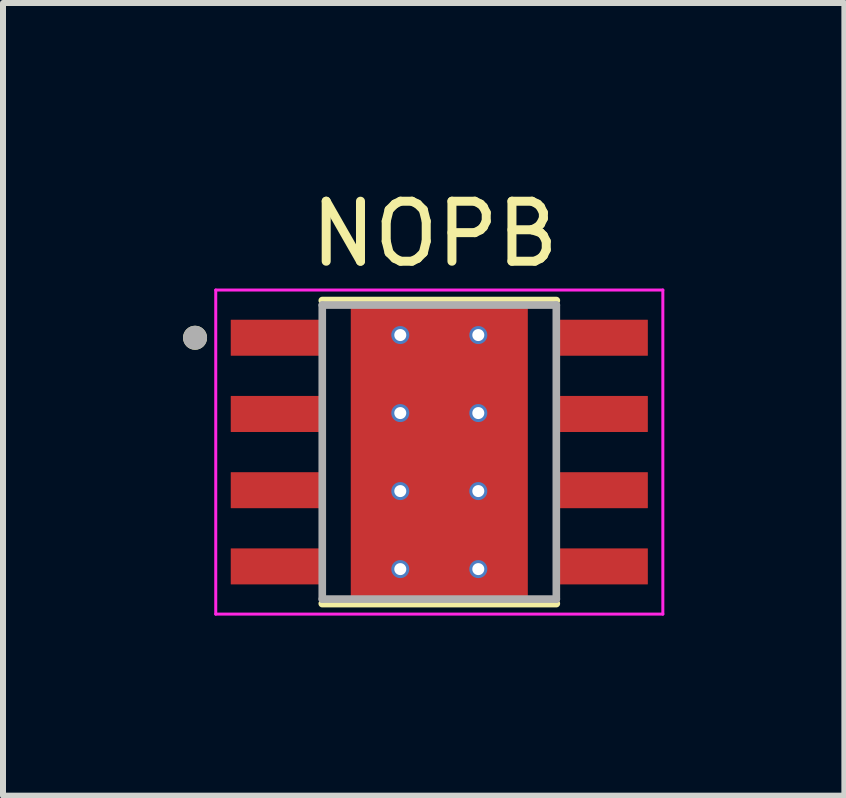
<source format=kicad_pcb>
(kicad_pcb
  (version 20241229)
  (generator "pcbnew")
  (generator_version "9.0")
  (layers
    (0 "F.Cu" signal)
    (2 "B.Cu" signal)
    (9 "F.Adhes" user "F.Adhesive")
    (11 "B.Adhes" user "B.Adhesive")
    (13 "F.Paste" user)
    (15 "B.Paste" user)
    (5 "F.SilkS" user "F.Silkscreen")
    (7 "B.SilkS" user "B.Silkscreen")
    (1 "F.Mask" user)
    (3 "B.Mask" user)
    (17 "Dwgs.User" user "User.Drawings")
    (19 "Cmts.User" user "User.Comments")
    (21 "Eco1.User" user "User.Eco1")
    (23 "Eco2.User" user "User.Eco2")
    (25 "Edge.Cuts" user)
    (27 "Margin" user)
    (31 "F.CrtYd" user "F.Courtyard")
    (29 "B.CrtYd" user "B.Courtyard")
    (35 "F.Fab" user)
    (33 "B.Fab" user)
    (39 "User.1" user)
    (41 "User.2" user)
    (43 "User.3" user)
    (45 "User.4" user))
  (footprint "NOPB"
    (layer "F.Cu")
    (at 4.27 4.483)
    (property "Reference" "NOPB" (at -0.075 -3.635 0) (layer "F.SilkS") (effects (font (size 1 1) (thickness 0.15))))
    (attr through_hole)
    (fp_poly (pts (xy -1.355 -1.7) (xy 1.355 -1.7) (xy 1.355 1.7) (xy -1.355 1.7)) (stroke (width 0.01) (type solid)) (fill yes) (layer "F.Mask"))
    (fp_poly (pts (xy -1.905 -1.535) (xy -3.495 -1.535) (xy -3.498 -1.535) (xy -3.5 -1.535) (xy -3.503 -1.536) (xy -3.505 -1.536) (xy -3.508 -1.537) (xy -3.51 -1.537) (xy -3.513 -1.538) (xy -3.515 -1.539) (xy -3.518 -1.54) (xy -3.52 -1.542) (xy -3.522 -1.543) (xy -3.524 -1.545) (xy -3.526 -1.546) (xy -3.528 -1.548) (xy -3.53 -1.55) (xy -3.532 -1.552) (xy -3.534 -1.554) (xy -3.535 -1.556) (xy -3.537 -1.558) (xy -3.538 -1.56) (xy -3.54 -1.562) (xy -3.541 -1.565) (xy -3.542 -1.567) (xy -3.543 -1.57) (xy -3.543 -1.572) (xy -3.544 -1.575) (xy -3.544 -1.577) (xy -3.545 -1.58) (xy -3.545 -1.582) (xy -3.545 -1.585) (xy -3.545 -2.225) (xy -3.545 -2.228) (xy -3.545 -2.23) (xy -3.544 -2.233) (xy -3.544 -2.235) (xy -3.543 -2.238) (xy -3.543 -2.24) (xy -3.542 -2.243) (xy -3.541 -2.245) (xy -3.54 -2.248) (xy -3.538 -2.25) (xy -3.537 -2.252) (xy -3.535 -2.254) (xy -3.534 -2.256) (xy -3.532 -2.258) (xy -3.53 -2.26) (xy -3.528 -2.262) (xy -3.526 -2.264) (xy -3.524 -2.265) (xy -3.522 -2.267) (xy -3.52 -2.268) (xy -3.518 -2.27) (xy -3.515 -2.271) (xy -3.513 -2.272) (xy -3.51 -2.273) (xy -3.508 -2.273) (xy -3.505 -2.274) (xy -3.503 -2.274) (xy -3.5 -2.275) (xy -3.498 -2.275) (xy -3.495 -2.275) (xy -1.905 -2.275) (xy -1.902 -2.275) (xy -1.9 -2.275) (xy -1.897 -2.274) (xy -1.895 -2.274) (xy -1.892 -2.273) (xy -1.89 -2.273) (xy -1.887 -2.272) (xy -1.885 -2.271) (xy -1.882 -2.27) (xy -1.88 -2.268) (xy -1.878 -2.267) (xy -1.876 -2.265) (xy -1.874 -2.264) (xy -1.872 -2.262) (xy -1.87 -2.26) (xy -1.868 -2.258) (xy -1.866 -2.256) (xy -1.865 -2.254) (xy -1.863 -2.252) (xy -1.862 -2.25) (xy -1.86 -2.248) (xy -1.859 -2.245) (xy -1.858 -2.243) (xy -1.857 -2.24) (xy -1.857 -2.238) (xy -1.856 -2.235) (xy -1.856 -2.233) (xy -1.855 -2.23) (xy -1.855 -2.228) (xy -1.855 -2.225) (xy -1.855 -1.585) (xy -1.855 -1.582) (xy -1.855 -1.58) (xy -1.856 -1.577) (xy -1.856 -1.575) (xy -1.857 -1.572) (xy -1.857 -1.57) (xy -1.858 -1.567) (xy -1.859 -1.565) (xy -1.86 -1.562) (xy -1.862 -1.56) (xy -1.863 -1.558) (xy -1.865 -1.556) (xy -1.866 -1.554) (xy -1.868 -1.552) (xy -1.87 -1.55) (xy -1.872 -1.548) (xy -1.874 -1.546) (xy -1.876 -1.545) (xy -1.878 -1.543) (xy -1.88 -1.542) (xy -1.882 -1.54) (xy -1.885 -1.539) (xy -1.887 -1.538) (xy -1.89 -1.537) (xy -1.892 -1.537) (xy -1.895 -1.536) (xy -1.897 -1.536) (xy -1.9 -1.535) (xy -1.902 -1.535) (xy -1.905 -1.535)) (stroke (width 0.01) (type solid)) (fill yes) (layer "F.Mask"))
    (fp_poly (pts (xy -1.905 -0.265) (xy -3.495 -0.265) (xy -3.498 -0.265) (xy -3.5 -0.265) (xy -3.503 -0.266) (xy -3.505 -0.266) (xy -3.508 -0.267) (xy -3.51 -0.267) (xy -3.513 -0.268) (xy -3.515 -0.269) (xy -3.518 -0.27) (xy -3.52 -0.272) (xy -3.522 -0.273) (xy -3.524 -0.275) (xy -3.526 -0.276) (xy -3.528 -0.278) (xy -3.53 -0.28) (xy -3.532 -0.282) (xy -3.534 -0.284) (xy -3.535 -0.286) (xy -3.537 -0.288) (xy -3.538 -0.29) (xy -3.54 -0.292) (xy -3.541 -0.295) (xy -3.542 -0.297) (xy -3.543 -0.3) (xy -3.543 -0.302) (xy -3.544 -0.305) (xy -3.544 -0.307) (xy -3.545 -0.31) (xy -3.545 -0.312) (xy -3.545 -0.315) (xy -3.545 -0.955) (xy -3.545 -0.958) (xy -3.545 -0.96) (xy -3.544 -0.963) (xy -3.544 -0.965) (xy -3.543 -0.968) (xy -3.543 -0.97) (xy -3.542 -0.973) (xy -3.541 -0.975) (xy -3.54 -0.978) (xy -3.538 -0.98) (xy -3.537 -0.982) (xy -3.535 -0.984) (xy -3.534 -0.986) (xy -3.532 -0.988) (xy -3.53 -0.99) (xy -3.528 -0.992) (xy -3.526 -0.994) (xy -3.524 -0.995) (xy -3.522 -0.997) (xy -3.52 -0.998) (xy -3.518 -1) (xy -3.515 -1.001) (xy -3.513 -1.002) (xy -3.51 -1.003) (xy -3.508 -1.003) (xy -3.505 -1.004) (xy -3.503 -1.004) (xy -3.5 -1.005) (xy -3.498 -1.005) (xy -3.495 -1.005) (xy -1.905 -1.005) (xy -1.902 -1.005) (xy -1.9 -1.005) (xy -1.897 -1.004) (xy -1.895 -1.004) (xy -1.892 -1.003) (xy -1.89 -1.003) (xy -1.887 -1.002) (xy -1.885 -1.001) (xy -1.882 -1) (xy -1.88 -0.998) (xy -1.878 -0.997) (xy -1.876 -0.995) (xy -1.874 -0.994) (xy -1.872 -0.992) (xy -1.87 -0.99) (xy -1.868 -0.988) (xy -1.866 -0.986) (xy -1.865 -0.984) (xy -1.863 -0.982) (xy -1.862 -0.98) (xy -1.86 -0.978) (xy -1.859 -0.975) (xy -1.858 -0.973) (xy -1.857 -0.97) (xy -1.857 -0.968) (xy -1.856 -0.965) (xy -1.856 -0.963) (xy -1.855 -0.96) (xy -1.855 -0.958) (xy -1.855 -0.955) (xy -1.855 -0.315) (xy -1.855 -0.312) (xy -1.855 -0.31) (xy -1.856 -0.307) (xy -1.856 -0.305) (xy -1.857 -0.302) (xy -1.857 -0.3) (xy -1.858 -0.297) (xy -1.859 -0.295) (xy -1.86 -0.292) (xy -1.862 -0.29) (xy -1.863 -0.288) (xy -1.865 -0.286) (xy -1.866 -0.284) (xy -1.868 -0.282) (xy -1.87 -0.28) (xy -1.872 -0.278) (xy -1.874 -0.276) (xy -1.876 -0.275) (xy -1.878 -0.273) (xy -1.88 -0.272) (xy -1.882 -0.27) (xy -1.885 -0.269) (xy -1.887 -0.268) (xy -1.89 -0.267) (xy -1.892 -0.267) (xy -1.895 -0.266) (xy -1.897 -0.266) (xy -1.9 -0.265) (xy -1.902 -0.265) (xy -1.905 -0.265)) (stroke (width 0.01) (type solid)) (fill yes) (layer "F.Mask"))
    (fp_poly (pts (xy -1.905 1.005) (xy -3.495 1.005) (xy -3.498 1.005) (xy -3.5 1.005) (xy -3.503 1.004) (xy -3.505 1.004) (xy -3.508 1.003) (xy -3.51 1.003) (xy -3.513 1.002) (xy -3.515 1.001) (xy -3.518 1) (xy -3.52 0.998) (xy -3.522 0.997) (xy -3.524 0.995) (xy -3.526 0.994) (xy -3.528 0.992) (xy -3.53 0.99) (xy -3.532 0.988) (xy -3.534 0.986) (xy -3.535 0.984) (xy -3.537 0.982) (xy -3.538 0.98) (xy -3.54 0.978) (xy -3.541 0.975) (xy -3.542 0.973) (xy -3.543 0.97) (xy -3.543 0.968) (xy -3.544 0.965) (xy -3.544 0.963) (xy -3.545 0.96) (xy -3.545 0.958) (xy -3.545 0.955) (xy -3.545 0.315) (xy -3.545 0.312) (xy -3.545 0.31) (xy -3.544 0.307) (xy -3.544 0.305) (xy -3.543 0.302) (xy -3.543 0.3) (xy -3.542 0.297) (xy -3.541 0.295) (xy -3.54 0.292) (xy -3.538 0.29) (xy -3.537 0.288) (xy -3.535 0.286) (xy -3.534 0.284) (xy -3.532 0.282) (xy -3.53 0.28) (xy -3.528 0.278) (xy -3.526 0.276) (xy -3.524 0.275) (xy -3.522 0.273) (xy -3.52 0.272) (xy -3.518 0.27) (xy -3.515 0.269) (xy -3.513 0.268) (xy -3.51 0.267) (xy -3.508 0.267) (xy -3.505 0.266) (xy -3.503 0.266) (xy -3.5 0.265) (xy -3.498 0.265) (xy -3.495 0.265) (xy -1.905 0.265) (xy -1.902 0.265) (xy -1.9 0.265) (xy -1.897 0.266) (xy -1.895 0.266) (xy -1.892 0.267) (xy -1.89 0.267) (xy -1.887 0.268) (xy -1.885 0.269) (xy -1.882 0.27) (xy -1.88 0.272) (xy -1.878 0.273) (xy -1.876 0.275) (xy -1.874 0.276) (xy -1.872 0.278) (xy -1.87 0.28) (xy -1.868 0.282) (xy -1.866 0.284) (xy -1.865 0.286) (xy -1.863 0.288) (xy -1.862 0.29) (xy -1.86 0.292) (xy -1.859 0.295) (xy -1.858 0.297) (xy -1.857 0.3) (xy -1.857 0.302) (xy -1.856 0.305) (xy -1.856 0.307) (xy -1.855 0.31) (xy -1.855 0.312) (xy -1.855 0.315) (xy -1.855 0.955) (xy -1.855 0.958) (xy -1.855 0.96) (xy -1.856 0.963) (xy -1.856 0.965) (xy -1.857 0.968) (xy -1.857 0.97) (xy -1.858 0.973) (xy -1.859 0.975) (xy -1.86 0.978) (xy -1.862 0.98) (xy -1.863 0.982) (xy -1.865 0.984) (xy -1.866 0.986) (xy -1.868 0.988) (xy -1.87 0.99) (xy -1.872 0.992) (xy -1.874 0.994) (xy -1.876 0.995) (xy -1.878 0.997) (xy -1.88 0.998) (xy -1.882 1) (xy -1.885 1.001) (xy -1.887 1.002) (xy -1.89 1.003) (xy -1.892 1.003) (xy -1.895 1.004) (xy -1.897 1.004) (xy -1.9 1.005) (xy -1.902 1.005) (xy -1.905 1.005)) (stroke (width 0.01) (type solid)) (fill yes) (layer "F.Mask"))
    (fp_poly (pts (xy -1.905 2.275) (xy -3.495 2.275) (xy -3.498 2.275) (xy -3.5 2.275) (xy -3.503 2.274) (xy -3.505 2.274) (xy -3.508 2.273) (xy -3.51 2.273) (xy -3.513 2.272) (xy -3.515 2.271) (xy -3.518 2.27) (xy -3.52 2.268) (xy -3.522 2.267) (xy -3.524 2.265) (xy -3.526 2.264) (xy -3.528 2.262) (xy -3.53 2.26) (xy -3.532 2.258) (xy -3.534 2.256) (xy -3.535 2.254) (xy -3.537 2.252) (xy -3.538 2.25) (xy -3.54 2.248) (xy -3.541 2.245) (xy -3.542 2.243) (xy -3.543 2.24) (xy -3.543 2.238) (xy -3.544 2.235) (xy -3.544 2.233) (xy -3.545 2.23) (xy -3.545 2.228) (xy -3.545 2.225) (xy -3.545 1.585) (xy -3.545 1.582) (xy -3.545 1.58) (xy -3.544 1.577) (xy -3.544 1.575) (xy -3.543 1.572) (xy -3.543 1.57) (xy -3.542 1.567) (xy -3.541 1.565) (xy -3.54 1.562) (xy -3.538 1.56) (xy -3.537 1.558) (xy -3.535 1.556) (xy -3.534 1.554) (xy -3.532 1.552) (xy -3.53 1.55) (xy -3.528 1.548) (xy -3.526 1.546) (xy -3.524 1.545) (xy -3.522 1.543) (xy -3.52 1.542) (xy -3.518 1.54) (xy -3.515 1.539) (xy -3.513 1.538) (xy -3.51 1.537) (xy -3.508 1.537) (xy -3.505 1.536) (xy -3.503 1.536) (xy -3.5 1.535) (xy -3.498 1.535) (xy -3.495 1.535) (xy -1.905 1.535) (xy -1.902 1.535) (xy -1.9 1.535) (xy -1.897 1.536) (xy -1.895 1.536) (xy -1.892 1.537) (xy -1.89 1.537) (xy -1.887 1.538) (xy -1.885 1.539) (xy -1.882 1.54) (xy -1.88 1.542) (xy -1.878 1.543) (xy -1.876 1.545) (xy -1.874 1.546) (xy -1.872 1.548) (xy -1.87 1.55) (xy -1.868 1.552) (xy -1.866 1.554) (xy -1.865 1.556) (xy -1.863 1.558) (xy -1.862 1.56) (xy -1.86 1.562) (xy -1.859 1.565) (xy -1.858 1.567) (xy -1.857 1.57) (xy -1.857 1.572) (xy -1.856 1.575) (xy -1.856 1.577) (xy -1.855 1.58) (xy -1.855 1.582) (xy -1.855 1.585) (xy -1.855 2.225) (xy -1.855 2.228) (xy -1.855 2.23) (xy -1.856 2.233) (xy -1.856 2.235) (xy -1.857 2.238) (xy -1.857 2.24) (xy -1.858 2.243) (xy -1.859 2.245) (xy -1.86 2.248) (xy -1.862 2.25) (xy -1.863 2.252) (xy -1.865 2.254) (xy -1.866 2.256) (xy -1.868 2.258) (xy -1.87 2.26) (xy -1.872 2.262) (xy -1.874 2.264) (xy -1.876 2.265) (xy -1.878 2.267) (xy -1.88 2.268) (xy -1.882 2.27) (xy -1.885 2.271) (xy -1.887 2.272) (xy -1.89 2.273) (xy -1.892 2.273) (xy -1.895 2.274) (xy -1.897 2.274) (xy -1.9 2.275) (xy -1.902 2.275) (xy -1.905 2.275)) (stroke (width 0.01) (type solid)) (fill yes) (layer "F.Mask"))
    (fp_poly (pts (xy 3.495 -1.535) (xy 1.905 -1.535) (xy 1.902 -1.535) (xy 1.9 -1.535) (xy 1.897 -1.536) (xy 1.895 -1.536) (xy 1.892 -1.537) (xy 1.89 -1.537) (xy 1.887 -1.538) (xy 1.885 -1.539) (xy 1.882 -1.54) (xy 1.88 -1.542) (xy 1.878 -1.543) (xy 1.876 -1.545) (xy 1.874 -1.546) (xy 1.872 -1.548) (xy 1.87 -1.55) (xy 1.868 -1.552) (xy 1.866 -1.554) (xy 1.865 -1.556) (xy 1.863 -1.558) (xy 1.862 -1.56) (xy 1.86 -1.562) (xy 1.859 -1.565) (xy 1.858 -1.567) (xy 1.857 -1.57) (xy 1.857 -1.572) (xy 1.856 -1.575) (xy 1.856 -1.577) (xy 1.855 -1.58) (xy 1.855 -1.582) (xy 1.855 -1.585) (xy 1.855 -2.225) (xy 1.855 -2.228) (xy 1.855 -2.23) (xy 1.856 -2.233) (xy 1.856 -2.235) (xy 1.857 -2.238) (xy 1.857 -2.24) (xy 1.858 -2.243) (xy 1.859 -2.245) (xy 1.86 -2.248) (xy 1.862 -2.25) (xy 1.863 -2.252) (xy 1.865 -2.254) (xy 1.866 -2.256) (xy 1.868 -2.258) (xy 1.87 -2.26) (xy 1.872 -2.262) (xy 1.874 -2.264) (xy 1.876 -2.265) (xy 1.878 -2.267) (xy 1.88 -2.268) (xy 1.882 -2.27) (xy 1.885 -2.271) (xy 1.887 -2.272) (xy 1.89 -2.273) (xy 1.892 -2.273) (xy 1.895 -2.274) (xy 1.897 -2.274) (xy 1.9 -2.275) (xy 1.902 -2.275) (xy 1.905 -2.275) (xy 3.495 -2.275) (xy 3.498 -2.275) (xy 3.5 -2.275) (xy 3.503 -2.274) (xy 3.505 -2.274) (xy 3.508 -2.273) (xy 3.51 -2.273) (xy 3.513 -2.272) (xy 3.515 -2.271) (xy 3.518 -2.27) (xy 3.52 -2.268) (xy 3.522 -2.267) (xy 3.524 -2.265) (xy 3.526 -2.264) (xy 3.528 -2.262) (xy 3.53 -2.26) (xy 3.532 -2.258) (xy 3.534 -2.256) (xy 3.535 -2.254) (xy 3.537 -2.252) (xy 3.538 -2.25) (xy 3.54 -2.248) (xy 3.541 -2.245) (xy 3.542 -2.243) (xy 3.543 -2.24) (xy 3.543 -2.238) (xy 3.544 -2.235) (xy 3.544 -2.233) (xy 3.545 -2.23) (xy 3.545 -2.228) (xy 3.545 -2.225) (xy 3.545 -1.585) (xy 3.545 -1.582) (xy 3.545 -1.58) (xy 3.544 -1.577) (xy 3.544 -1.575) (xy 3.543 -1.572) (xy 3.543 -1.57) (xy 3.542 -1.567) (xy 3.541 -1.565) (xy 3.54 -1.562) (xy 3.538 -1.56) (xy 3.537 -1.558) (xy 3.535 -1.556) (xy 3.534 -1.554) (xy 3.532 -1.552) (xy 3.53 -1.55) (xy 3.528 -1.548) (xy 3.526 -1.546) (xy 3.524 -1.545) (xy 3.522 -1.543) (xy 3.52 -1.542) (xy 3.518 -1.54) (xy 3.515 -1.539) (xy 3.513 -1.538) (xy 3.51 -1.537) (xy 3.508 -1.537) (xy 3.505 -1.536) (xy 3.503 -1.536) (xy 3.5 -1.535) (xy 3.498 -1.535) (xy 3.495 -1.535)) (stroke (width 0.01) (type solid)) (fill yes) (layer "F.Mask"))
    (fp_poly (pts (xy 3.495 -0.265) (xy 1.905 -0.265) (xy 1.902 -0.265) (xy 1.9 -0.265) (xy 1.897 -0.266) (xy 1.895 -0.266) (xy 1.892 -0.267) (xy 1.89 -0.267) (xy 1.887 -0.268) (xy 1.885 -0.269) (xy 1.882 -0.27) (xy 1.88 -0.272) (xy 1.878 -0.273) (xy 1.876 -0.275) (xy 1.874 -0.276) (xy 1.872 -0.278) (xy 1.87 -0.28) (xy 1.868 -0.282) (xy 1.866 -0.284) (xy 1.865 -0.286) (xy 1.863 -0.288) (xy 1.862 -0.29) (xy 1.86 -0.292) (xy 1.859 -0.295) (xy 1.858 -0.297) (xy 1.857 -0.3) (xy 1.857 -0.302) (xy 1.856 -0.305) (xy 1.856 -0.307) (xy 1.855 -0.31) (xy 1.855 -0.312) (xy 1.855 -0.315) (xy 1.855 -0.955) (xy 1.855 -0.958) (xy 1.855 -0.96) (xy 1.856 -0.963) (xy 1.856 -0.965) (xy 1.857 -0.968) (xy 1.857 -0.97) (xy 1.858 -0.973) (xy 1.859 -0.975) (xy 1.86 -0.978) (xy 1.862 -0.98) (xy 1.863 -0.982) (xy 1.865 -0.984) (xy 1.866 -0.986) (xy 1.868 -0.988) (xy 1.87 -0.99) (xy 1.872 -0.992) (xy 1.874 -0.994) (xy 1.876 -0.995) (xy 1.878 -0.997) (xy 1.88 -0.998) (xy 1.882 -1) (xy 1.885 -1.001) (xy 1.887 -1.002) (xy 1.89 -1.003) (xy 1.892 -1.003) (xy 1.895 -1.004) (xy 1.897 -1.004) (xy 1.9 -1.005) (xy 1.902 -1.005) (xy 1.905 -1.005) (xy 3.495 -1.005) (xy 3.498 -1.005) (xy 3.5 -1.005) (xy 3.503 -1.004) (xy 3.505 -1.004) (xy 3.508 -1.003) (xy 3.51 -1.003) (xy 3.513 -1.002) (xy 3.515 -1.001) (xy 3.518 -1) (xy 3.52 -0.998) (xy 3.522 -0.997) (xy 3.524 -0.995) (xy 3.526 -0.994) (xy 3.528 -0.992) (xy 3.53 -0.99) (xy 3.532 -0.988) (xy 3.534 -0.986) (xy 3.535 -0.984) (xy 3.537 -0.982) (xy 3.538 -0.98) (xy 3.54 -0.978) (xy 3.541 -0.975) (xy 3.542 -0.973) (xy 3.543 -0.97) (xy 3.543 -0.968) (xy 3.544 -0.965) (xy 3.544 -0.963) (xy 3.545 -0.96) (xy 3.545 -0.958) (xy 3.545 -0.955) (xy 3.545 -0.315) (xy 3.545 -0.312) (xy 3.545 -0.31) (xy 3.544 -0.307) (xy 3.544 -0.305) (xy 3.543 -0.302) (xy 3.543 -0.3) (xy 3.542 -0.297) (xy 3.541 -0.295) (xy 3.54 -0.292) (xy 3.538 -0.29) (xy 3.537 -0.288) (xy 3.535 -0.286) (xy 3.534 -0.284) (xy 3.532 -0.282) (xy 3.53 -0.28) (xy 3.528 -0.278) (xy 3.526 -0.276) (xy 3.524 -0.275) (xy 3.522 -0.273) (xy 3.52 -0.272) (xy 3.518 -0.27) (xy 3.515 -0.269) (xy 3.513 -0.268) (xy 3.51 -0.267) (xy 3.508 -0.267) (xy 3.505 -0.266) (xy 3.503 -0.266) (xy 3.5 -0.265) (xy 3.498 -0.265) (xy 3.495 -0.265)) (stroke (width 0.01) (type solid)) (fill yes) (layer "F.Mask"))
    (fp_poly (pts (xy 3.495 1.005) (xy 1.905 1.005) (xy 1.902 1.005) (xy 1.9 1.005) (xy 1.897 1.004) (xy 1.895 1.004) (xy 1.892 1.003) (xy 1.89 1.003) (xy 1.887 1.002) (xy 1.885 1.001) (xy 1.882 1) (xy 1.88 0.998) (xy 1.878 0.997) (xy 1.876 0.995) (xy 1.874 0.994) (xy 1.872 0.992) (xy 1.87 0.99) (xy 1.868 0.988) (xy 1.866 0.986) (xy 1.865 0.984) (xy 1.863 0.982) (xy 1.862 0.98) (xy 1.86 0.978) (xy 1.859 0.975) (xy 1.858 0.973) (xy 1.857 0.97) (xy 1.857 0.968) (xy 1.856 0.965) (xy 1.856 0.963) (xy 1.855 0.96) (xy 1.855 0.958) (xy 1.855 0.955) (xy 1.855 0.315) (xy 1.855 0.312) (xy 1.855 0.31) (xy 1.856 0.307) (xy 1.856 0.305) (xy 1.857 0.302) (xy 1.857 0.3) (xy 1.858 0.297) (xy 1.859 0.295) (xy 1.86 0.292) (xy 1.862 0.29) (xy 1.863 0.288) (xy 1.865 0.286) (xy 1.866 0.284) (xy 1.868 0.282) (xy 1.87 0.28) (xy 1.872 0.278) (xy 1.874 0.276) (xy 1.876 0.275) (xy 1.878 0.273) (xy 1.88 0.272) (xy 1.882 0.27) (xy 1.885 0.269) (xy 1.887 0.268) (xy 1.89 0.267) (xy 1.892 0.267) (xy 1.895 0.266) (xy 1.897 0.266) (xy 1.9 0.265) (xy 1.902 0.265) (xy 1.905 0.265) (xy 3.495 0.265) (xy 3.498 0.265) (xy 3.5 0.265) (xy 3.503 0.266) (xy 3.505 0.266) (xy 3.508 0.267) (xy 3.51 0.267) (xy 3.513 0.268) (xy 3.515 0.269) (xy 3.518 0.27) (xy 3.52 0.272) (xy 3.522 0.273) (xy 3.524 0.275) (xy 3.526 0.276) (xy 3.528 0.278) (xy 3.53 0.28) (xy 3.532 0.282) (xy 3.534 0.284) (xy 3.535 0.286) (xy 3.537 0.288) (xy 3.538 0.29) (xy 3.54 0.292) (xy 3.541 0.295) (xy 3.542 0.297) (xy 3.543 0.3) (xy 3.543 0.302) (xy 3.544 0.305) (xy 3.544 0.307) (xy 3.545 0.31) (xy 3.545 0.312) (xy 3.545 0.315) (xy 3.545 0.955) (xy 3.545 0.958) (xy 3.545 0.96) (xy 3.544 0.963) (xy 3.544 0.965) (xy 3.543 0.968) (xy 3.543 0.97) (xy 3.542 0.973) (xy 3.541 0.975) (xy 3.54 0.978) (xy 3.538 0.98) (xy 3.537 0.982) (xy 3.535 0.984) (xy 3.534 0.986) (xy 3.532 0.988) (xy 3.53 0.99) (xy 3.528 0.992) (xy 3.526 0.994) (xy 3.524 0.995) (xy 3.522 0.997) (xy 3.52 0.998) (xy 3.518 1) (xy 3.515 1.001) (xy 3.513 1.002) (xy 3.51 1.003) (xy 3.508 1.003) (xy 3.505 1.004) (xy 3.503 1.004) (xy 3.5 1.005) (xy 3.498 1.005) (xy 3.495 1.005)) (stroke (width 0.01) (type solid)) (fill yes) (layer "F.Mask"))
    (fp_poly (pts (xy 3.495 2.275) (xy 1.905 2.275) (xy 1.902 2.275) (xy 1.9 2.275) (xy 1.897 2.274) (xy 1.895 2.274) (xy 1.892 2.273) (xy 1.89 2.273) (xy 1.887 2.272) (xy 1.885 2.271) (xy 1.882 2.27) (xy 1.88 2.268) (xy 1.878 2.267) (xy 1.876 2.265) (xy 1.874 2.264) (xy 1.872 2.262) (xy 1.87 2.26) (xy 1.868 2.258) (xy 1.866 2.256) (xy 1.865 2.254) (xy 1.863 2.252) (xy 1.862 2.25) (xy 1.86 2.248) (xy 1.859 2.245) (xy 1.858 2.243) (xy 1.857 2.24) (xy 1.857 2.238) (xy 1.856 2.235) (xy 1.856 2.233) (xy 1.855 2.23) (xy 1.855 2.228) (xy 1.855 2.225) (xy 1.855 1.585) (xy 1.855 1.582) (xy 1.855 1.58) (xy 1.856 1.577) (xy 1.856 1.575) (xy 1.857 1.572) (xy 1.857 1.57) (xy 1.858 1.567) (xy 1.859 1.565) (xy 1.86 1.562) (xy 1.862 1.56) (xy 1.863 1.558) (xy 1.865 1.556) (xy 1.866 1.554) (xy 1.868 1.552) (xy 1.87 1.55) (xy 1.872 1.548) (xy 1.874 1.546) (xy 1.876 1.545) (xy 1.878 1.543) (xy 1.88 1.542) (xy 1.882 1.54) (xy 1.885 1.539) (xy 1.887 1.538) (xy 1.89 1.537) (xy 1.892 1.537) (xy 1.895 1.536) (xy 1.897 1.536) (xy 1.9 1.535) (xy 1.902 1.535) (xy 1.905 1.535) (xy 3.495 1.535) (xy 3.498 1.535) (xy 3.5 1.535) (xy 3.503 1.536) (xy 3.505 1.536) (xy 3.508 1.537) (xy 3.51 1.537) (xy 3.513 1.538) (xy 3.515 1.539) (xy 3.518 1.54) (xy 3.52 1.542) (xy 3.522 1.543) (xy 3.524 1.545) (xy 3.526 1.546) (xy 3.528 1.548) (xy 3.53 1.55) (xy 3.532 1.552) (xy 3.534 1.554) (xy 3.535 1.556) (xy 3.537 1.558) (xy 3.538 1.56) (xy 3.54 1.562) (xy 3.541 1.565) (xy 3.542 1.567) (xy 3.543 1.57) (xy 3.543 1.572) (xy 3.544 1.575) (xy 3.544 1.577) (xy 3.545 1.58) (xy 3.545 1.582) (xy 3.545 1.585) (xy 3.545 2.225) (xy 3.545 2.228) (xy 3.545 2.23) (xy 3.544 2.233) (xy 3.544 2.235) (xy 3.543 2.238) (xy 3.543 2.24) (xy 3.542 2.243) (xy 3.541 2.245) (xy 3.54 2.248) (xy 3.538 2.25) (xy 3.537 2.252) (xy 3.535 2.254) (xy 3.534 2.256) (xy 3.532 2.258) (xy 3.53 2.26) (xy 3.528 2.262) (xy 3.526 2.264) (xy 3.524 2.265) (xy 3.522 2.267) (xy 3.52 2.268) (xy 3.518 2.27) (xy 3.515 2.271) (xy 3.513 2.272) (xy 3.51 2.273) (xy 3.508 2.273) (xy 3.505 2.274) (xy 3.503 2.274) (xy 3.5 2.275) (xy 3.498 2.275) (xy 3.495 2.275)) (stroke (width 0.01) (type solid)) (fill yes) (layer "F.Mask"))
    (fp_line (start -1.95 -2.525) (end 1.95 -2.525) (stroke (width 0.127) (type solid)) (layer "F.SilkS"))
    (fp_line (start -1.95 2.525) (end 1.95 2.525) (stroke (width 0.127) (type solid)) (layer "F.SilkS"))
    (fp_circle (center -4.07 -1.905) (end -3.97 -1.905) (stroke (width 0.2) (type solid)) (fill no) (layer "F.SilkS"))
    (fp_poly (pts (xy -1.355 -1.7) (xy 1.355 -1.7) (xy 1.355 1.7) (xy -1.355 1.7)) (stroke (width 0.01) (type solid)) (fill yes) (layer "F.Paste"))
    (fp_line (start -3.725 -2.7) (end -3.725 2.7) (stroke (width 0.05) (type solid)) (layer "F.CrtYd"))
    (fp_line (start -3.725 -2.7) (end 3.725 -2.7) (stroke (width 0.05) (type solid)) (layer "F.CrtYd"))
    (fp_line (start -3.725 2.7) (end 3.725 2.7) (stroke (width 0.05) (type solid)) (layer "F.CrtYd"))
    (fp_line (start 3.725 -2.7) (end 3.725 2.7) (stroke (width 0.05) (type solid)) (layer "F.CrtYd"))
    (fp_line (start -1.95 -2.45) (end -1.95 2.45) (stroke (width 0.127) (type solid)) (layer "F.Fab"))
    (fp_line (start -1.95 -2.45) (end 1.95 -2.45) (stroke (width 0.127) (type solid)) (layer "F.Fab"))
    (fp_line (start -1.95 2.45) (end 1.95 2.45) (stroke (width 0.127) (type solid)) (layer "F.Fab"))
    (fp_line (start 1.95 -2.45) (end 1.95 2.45) (stroke (width 0.127) (type solid)) (layer "F.Fab"))
    (fp_circle (center -4.07 -1.905) (end -3.97 -1.905) (stroke (width 0.2) (type solid)) (fill no) (layer "F.Fab"))
    (pad "1" smd roundrect (at -2.7 -1.905) (size 1.55 0.6) (layers "F.Cu" "F.Paste") (roundrect_rratio 0.01))
    (pad "2" smd roundrect (at -2.7 -0.635) (size 1.55 0.6) (layers "F.Cu" "F.Paste") (roundrect_rratio 0.01))
    (pad "3" smd roundrect (at -2.7 0.635) (size 1.55 0.6) (layers "F.Cu" "F.Paste") (roundrect_rratio 0.01))
    (pad "4" smd roundrect (at -2.7 1.905) (size 1.55 0.6) (layers "F.Cu" "F.Paste") (roundrect_rratio 0.01))
    (pad "5" smd roundrect (at 2.7 1.905) (size 1.55 0.6) (layers "F.Cu" "F.Paste") (roundrect_rratio 0.01))
    (pad "6" smd roundrect (at 2.7 0.635) (size 1.55 0.6) (layers "F.Cu" "F.Paste") (roundrect_rratio 0.01))
    (pad "7" smd roundrect (at 2.7 -0.635) (size 1.55 0.6) (layers "F.Cu" "F.Paste") (roundrect_rratio 0.01))
    (pad "8" smd roundrect (at 2.7 -1.905) (size 1.55 0.6) (layers "F.Cu" "F.Paste") (roundrect_rratio 0.01))
    (pad "9" smd rect (at 0 0) (size 2.95 4.9) (layers "F.Cu"))
    (pad "10" thru_hole circle (at -0.65 -1.95) (size 0.3 0.3) (drill 0.2) (layers "*.Cu" "*.Mask"))
    (pad "11" thru_hole circle (at 0.65 -1.95) (size 0.3 0.3) (drill 0.2) (layers "*.Cu" "*.Mask"))
    (pad "12" thru_hole circle (at -0.65 -0.65) (size 0.3 0.3) (drill 0.2) (layers "*.Cu" "*.Mask"))
    (pad "13" thru_hole circle (at 0.65 -0.65) (size 0.3 0.3) (drill 0.2) (layers "*.Cu" "*.Mask"))
    (pad "14" thru_hole circle (at -0.65 0.65) (size 0.3 0.3) (drill 0.2) (layers "*.Cu" "*.Mask"))
    (pad "15" thru_hole circle (at 0.65 0.65) (size 0.3 0.3) (drill 0.2) (layers "*.Cu" "*.Mask"))
    (pad "16" thru_hole circle (at -0.65 1.95) (size 0.3 0.3) (drill 0.2) (layers "*.Cu" "*.Mask"))
    (pad "17" thru_hole circle (at 0.65 1.95) (size 0.3 0.3) (drill 0.2) (layers "*.Cu" "*.Mask")))
  (gr_rect
    (start -3 -3)
    (end 11.02 10.208)
    (stroke (width 0.1) (type default))
    (fill no)
    (layer "Edge.Cuts")))
</source>
